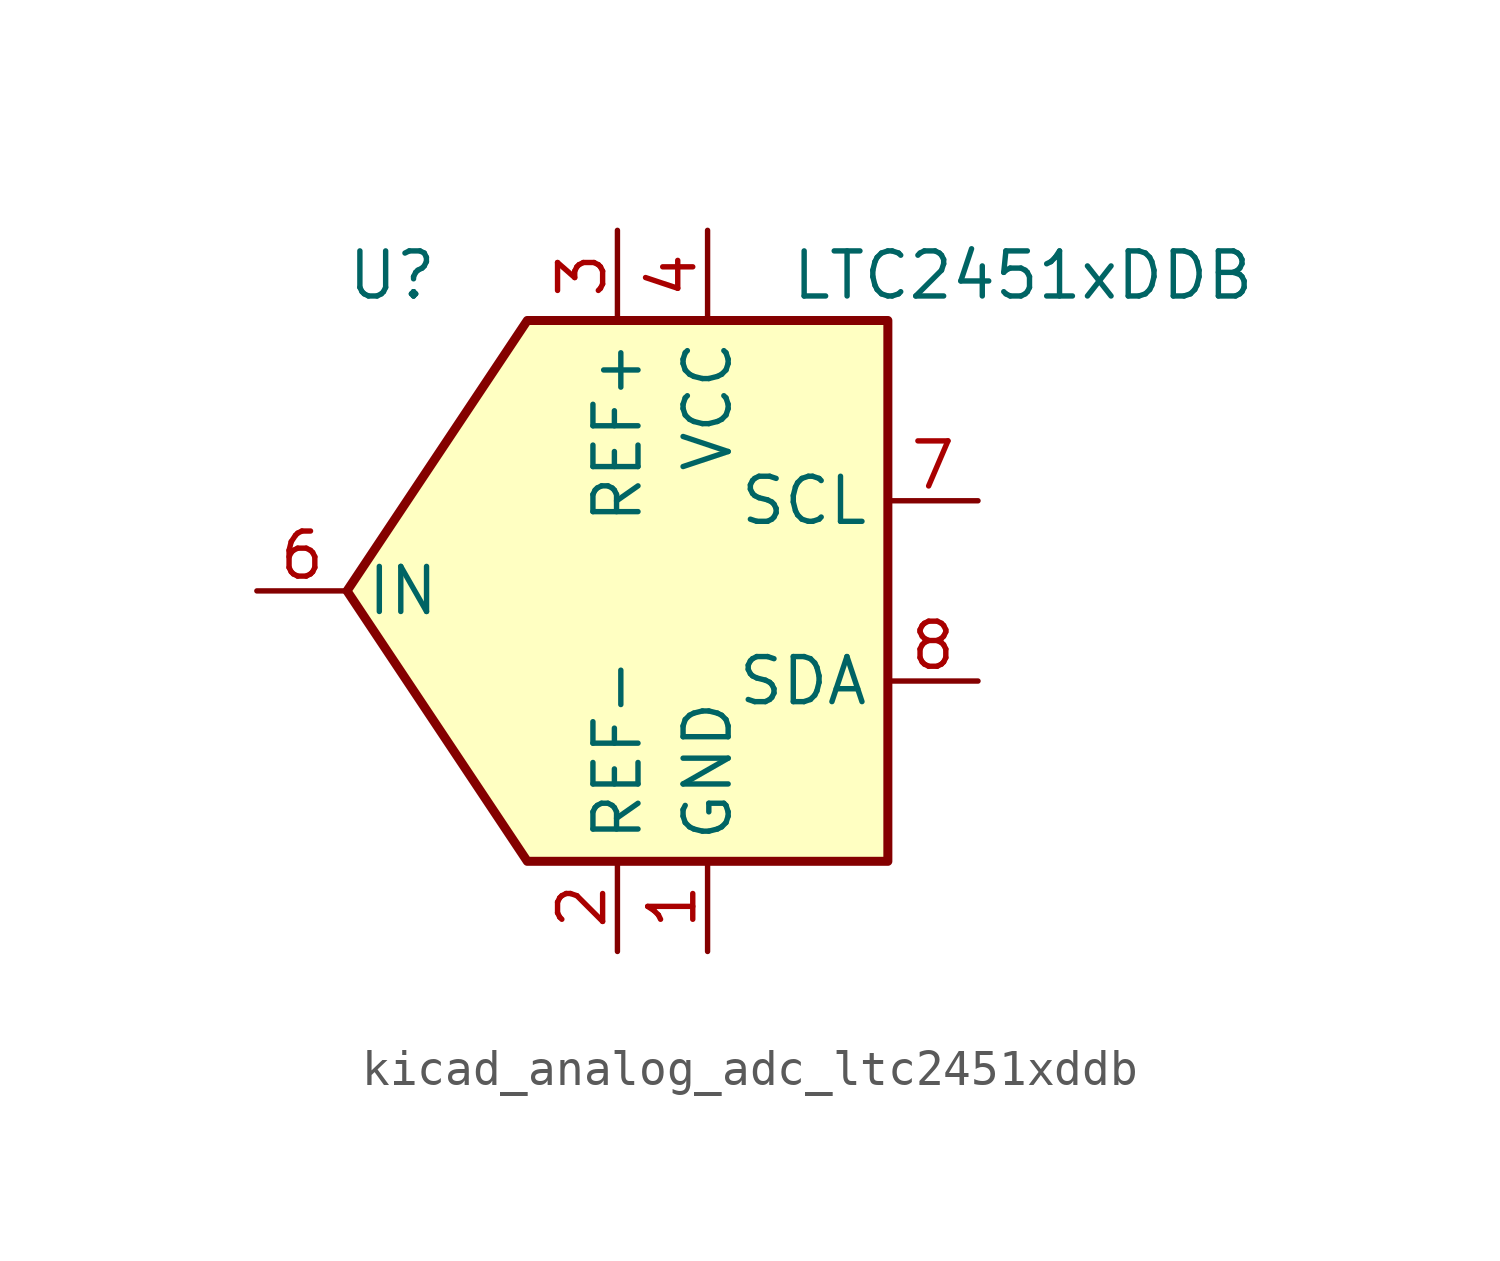
<source format=kicad_sym>
(kicad_symbol_lib
  (version 20220914)
  (generator kicad_symbol_editor)
  (symbol "kicad_analog_adc_ltc2451xddb"
    (property "Reference" "U"
      (at -6.35 8.89 0)
      (effects (font (size 1.27 1.27))))
    (property "Value" "LTC2451xDDB"
      (at 11.43 8.89 0)
      (effects (font (size 1.27 1.27))))
    (symbol "kicad_analog_adc_ltc2451xddb_1_1"
      (polyline (pts (xy -2.54 7.62) (xy 3.81 7.62) (xy 7.62 7.62) (xy 7.62 -7.62) (xy -2.54 -7.62) (xy -7.62 0) (xy -2.54 7.62)) (stroke (width 0.254) (type default)) (fill (type background)))
      (pin power_in line (at 2.54 -10.16 90) (length 2.54) (name "GND" (effects (font (size 1.27 1.27)))) (number "1" (effects (font (size 1.27 1.27)))))
      (pin power_in line (at 0 -10.16 90) (length 2.54) (name "REF-" (effects (font (size 1.27 1.27)))) (number "2" (effects (font (size 1.27 1.27)))))
      (pin power_in line (at 0 10.16 270) (length 2.54) (name "REF+" (effects (font (size 1.27 1.27)))) (number "3" (effects (font (size 1.27 1.27)))))
      (pin power_in line (at 2.54 10.16 270) (length 2.54) (name "VCC" (effects (font (size 1.27 1.27)))) (number "4" (effects (font (size 1.27 1.27)))))
      (pin passive line (at 2.54 -10.16 90) (length 2.54) hide (name "GND" (effects (font (size 1.27 1.27)))) (number "5" (effects (font (size 1.27 1.27)))))
      (pin input line (at -10.16 0 0) (length 2.54) (name "IN" (effects (font (size 1.27 1.27)))) (number "6" (effects (font (size 1.27 1.27)))))
      (pin input line (at 10.16 2.54 180) (length 2.54) (name "SCL" (effects (font (size 1.27 1.27)))) (number "7" (effects (font (size 1.27 1.27)))))
      (pin bidirectional line (at 10.16 -2.54 180) (length 2.54) (name "SDA" (effects (font (size 1.27 1.27)))) (number "8" (effects (font (size 1.27 1.27)))))
      (pin passive line (at 2.54 -10.16 90) (length 2.54) hide (name "GND" (effects (font (size 1.27 1.27)))) (number "9" (effects (font (size 1.27 1.27))))))))
</source>
